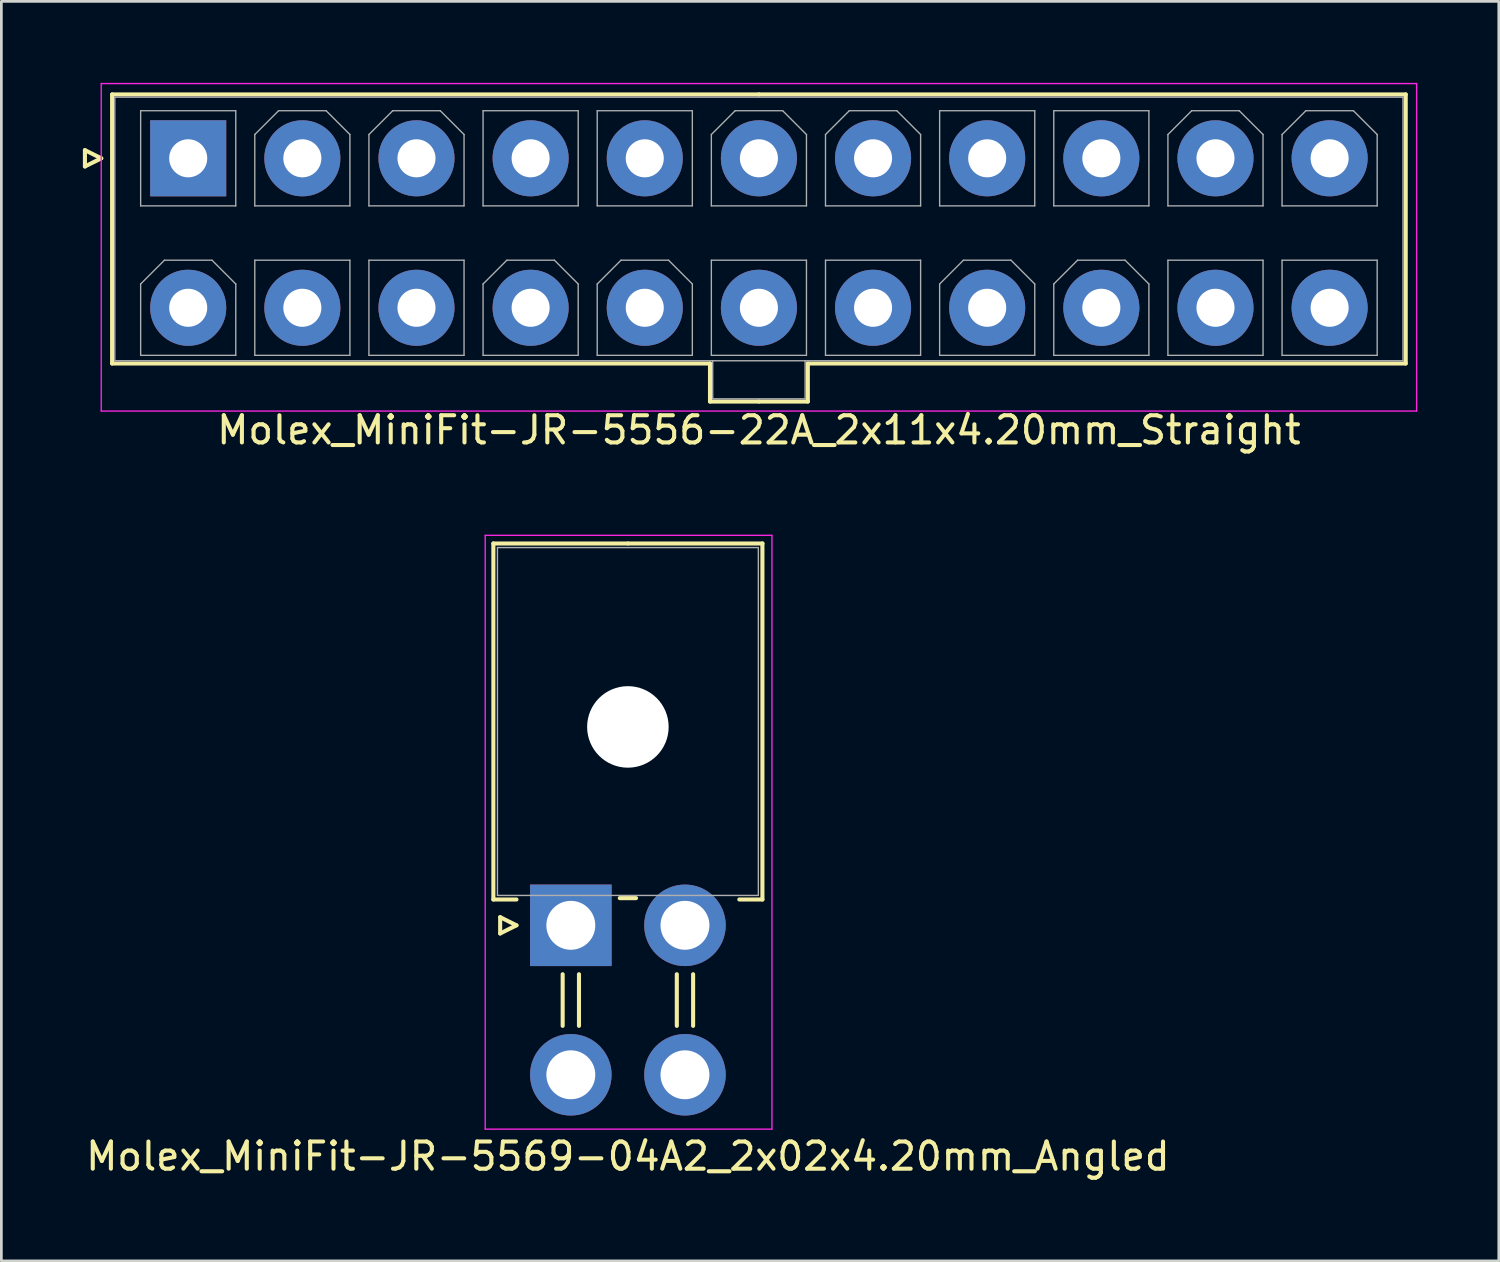
<source format=kicad_pcb>
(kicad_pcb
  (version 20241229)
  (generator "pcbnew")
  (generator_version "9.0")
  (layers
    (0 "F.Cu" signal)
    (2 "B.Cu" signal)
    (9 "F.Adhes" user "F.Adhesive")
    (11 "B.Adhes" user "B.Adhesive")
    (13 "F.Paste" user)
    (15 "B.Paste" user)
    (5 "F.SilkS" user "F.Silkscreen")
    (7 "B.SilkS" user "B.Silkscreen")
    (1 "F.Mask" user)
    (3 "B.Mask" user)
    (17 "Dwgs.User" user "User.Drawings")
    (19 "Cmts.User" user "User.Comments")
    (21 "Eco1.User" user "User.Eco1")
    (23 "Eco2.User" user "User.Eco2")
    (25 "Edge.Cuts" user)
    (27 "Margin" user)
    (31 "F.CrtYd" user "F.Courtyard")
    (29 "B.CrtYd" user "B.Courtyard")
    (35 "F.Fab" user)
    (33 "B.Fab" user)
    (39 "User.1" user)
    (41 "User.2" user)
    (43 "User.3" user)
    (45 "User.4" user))
  (footprint "Molex_MiniFit-JR-5569-04A2_2x02x4.20mm_Angled"
    (layer "F.Cu")
    (at 17.954 30.998)
    (property "Reference" "Molex_MiniFit-JR-5569-04A2_2x02x4.20mm_Angled" (at 2.1 8.5 0) (layer "F.SilkS") (effects (font (size 1 1) (thickness 0.15))))
    (attr through_hole)
    (fp_line (start -2.85 -14.05) (end 2.1 -14.05) (stroke (width 0.15) (type solid)) (layer "F.SilkS"))
    (fp_line (start -2.85 -0.95) (end -2.85 -14.05) (stroke (width 0.15) (type solid)) (layer "F.SilkS"))
    (fp_line (start -2.6 -0.3) (end -2 0) (stroke (width 0.15) (type solid)) (layer "F.SilkS"))
    (fp_line (start -2.6 0.3) (end -2.6 -0.3) (stroke (width 0.15) (type solid)) (layer "F.SilkS"))
    (fp_line (start -2 -0.95) (end -2.85 -0.95) (stroke (width 0.15) (type solid)) (layer "F.SilkS"))
    (fp_line (start -2 0) (end -2.6 0.3) (stroke (width 0.15) (type solid)) (layer "F.SilkS"))
    (fp_line (start -0.3 1.8) (end -0.3 3.7) (stroke (width 0.15) (type solid)) (layer "F.SilkS"))
    (fp_line (start 0.3 1.8) (end 0.3 3.7) (stroke (width 0.15) (type solid)) (layer "F.SilkS"))
    (fp_line (start 1.8 -1) (end 2.4 -1) (stroke (width 0.15) (type solid)) (layer "F.SilkS"))
    (fp_line (start 3.9 1.8) (end 3.9 3.7) (stroke (width 0.15) (type solid)) (layer "F.SilkS"))
    (fp_line (start 4.5 1.8) (end 4.5 3.7) (stroke (width 0.15) (type solid)) (layer "F.SilkS"))
    (fp_line (start 6.2 -0.95) (end 7.05 -0.95) (stroke (width 0.15) (type solid)) (layer "F.SilkS"))
    (fp_line (start 7.05 -14.05) (end 2.1 -14.05) (stroke (width 0.15) (type solid)) (layer "F.SilkS"))
    (fp_line (start 7.05 -0.95) (end 7.05 -14.05) (stroke (width 0.15) (type solid)) (layer "F.SilkS"))
    (fp_line (start -3.15 -14.35) (end -3.15 7.5) (stroke (width 0.05) (type solid)) (layer "F.CrtYd"))
    (fp_line (start -3.15 7.5) (end 7.4 7.5) (stroke (width 0.05) (type solid)) (layer "F.CrtYd"))
    (fp_line (start 7.4 -14.35) (end -3.15 -14.35) (stroke (width 0.05) (type solid)) (layer "F.CrtYd"))
    (fp_line (start 7.4 7.5) (end 7.4 -14.35) (stroke (width 0.05) (type solid)) (layer "F.CrtYd"))
    (fp_line (start -2.7 -13.9) (end -2.7 -1.1) (stroke (width 0.05) (type solid)) (layer "F.Fab"))
    (fp_line (start -2.7 -1.1) (end 6.9 -1.1) (stroke (width 0.05) (type solid)) (layer "F.Fab"))
    (fp_line (start 6.9 -13.9) (end -2.7 -13.9) (stroke (width 0.05) (type solid)) (layer "F.Fab"))
    (fp_line (start 6.9 -1.1) (end 6.9 -13.9) (stroke (width 0.05) (type solid)) (layer "F.Fab"))
    (pad "" np_thru_hole circle (at 2.1 -7.3) (size 3 3) (drill 3) (layers "*.Cu"))
    (pad "1" thru_hole rect (at 0 0) (size 3 3) (drill 1.8) (layers "*.Cu" "*.Mask"))
    (pad "2" thru_hole circle (at 4.2 0) (size 3 3) (drill 1.8) (layers "*.Cu" "*.Mask"))
    (pad "3" thru_hole circle (at 0 5.5) (size 3 3) (drill 1.8) (layers "*.Cu" "*.Mask"))
    (pad "4" thru_hole circle (at 4.2 5.5) (size 3 3) (drill 1.8) (layers "*.Cu" "*.Mask")))
  (footprint "Molex_MiniFit-JR-5556-22A_2x11x4.20mm_Straight"
    (layer "F.Cu")
    (at 3.875 2.775)
    (property "Reference" "Molex_MiniFit-JR-5556-22A_2x11x4.20mm_Straight" (at 21 10 0) (layer "F.SilkS") (effects (font (size 1 1) (thickness 0.15))))
    (attr through_hole)
    (fp_line (start -3.8 -0.3) (end -3.2 0) (stroke (width 0.15) (type solid)) (layer "F.SilkS"))
    (fp_line (start -3.8 0.3) (end -3.8 -0.3) (stroke (width 0.15) (type solid)) (layer "F.SilkS"))
    (fp_line (start -3.2 0) (end -3.8 0.3) (stroke (width 0.15) (type solid)) (layer "F.SilkS"))
    (fp_line (start -2.8 -2.35) (end -2.8 7.55) (stroke (width 0.15) (type solid)) (layer "F.SilkS"))
    (fp_line (start -2.8 7.55) (end 19.2 7.55) (stroke (width 0.15) (type solid)) (layer "F.SilkS"))
    (fp_line (start 19.2 7.55) (end 19.2 8.95) (stroke (width 0.15) (type solid)) (layer "F.SilkS"))
    (fp_line (start 19.2 8.95) (end 21 8.95) (stroke (width 0.15) (type solid)) (layer "F.SilkS"))
    (fp_line (start 21 -2.35) (end -2.8 -2.35) (stroke (width 0.15) (type solid)) (layer "F.SilkS"))
    (fp_line (start 21 -2.35) (end 44.8 -2.35) (stroke (width 0.15) (type solid)) (layer "F.SilkS"))
    (fp_line (start 22.8 7.55) (end 22.8 8.95) (stroke (width 0.15) (type solid)) (layer "F.SilkS"))
    (fp_line (start 22.8 8.95) (end 21 8.95) (stroke (width 0.15) (type solid)) (layer "F.SilkS"))
    (fp_line (start 44.8 -2.35) (end 44.8 7.55) (stroke (width 0.15) (type solid)) (layer "F.SilkS"))
    (fp_line (start 44.8 7.55) (end 22.8 7.55) (stroke (width 0.15) (type solid)) (layer "F.SilkS"))
    (fp_line (start -3.2 -2.75) (end -3.2 9.3) (stroke (width 0.05) (type solid)) (layer "F.CrtYd"))
    (fp_line (start -3.2 9.3) (end 45.2 9.3) (stroke (width 0.05) (type solid)) (layer "F.CrtYd"))
    (fp_line (start 45.2 -2.75) (end -3.2 -2.75) (stroke (width 0.05) (type solid)) (layer "F.CrtYd"))
    (fp_line (start 45.2 9.3) (end 45.2 -2.75) (stroke (width 0.05) (type solid)) (layer "F.CrtYd"))
    (fp_line (start -2.7 -2.25) (end -2.7 7.45) (stroke (width 0.05) (type solid)) (layer "F.Fab"))
    (fp_line (start -2.7 7.45) (end 44.7 7.45) (stroke (width 0.05) (type solid)) (layer "F.Fab"))
    (fp_line (start -1.75 -1.75) (end -1.75 1.75) (stroke (width 0.05) (type solid)) (layer "F.Fab"))
    (fp_line (start -1.75 1.75) (end 1.75 1.75) (stroke (width 0.05) (type solid)) (layer "F.Fab"))
    (fp_line (start -1.75 4.625) (end -0.875 3.75) (stroke (width 0.05) (type solid)) (layer "F.Fab"))
    (fp_line (start -1.75 7.25) (end -1.75 4.625) (stroke (width 0.05) (type solid)) (layer "F.Fab"))
    (fp_line (start -0.875 3.75) (end 0.875 3.75) (stroke (width 0.05) (type solid)) (layer "F.Fab"))
    (fp_line (start 0.875 3.75) (end 1.75 4.625) (stroke (width 0.05) (type solid)) (layer "F.Fab"))
    (fp_line (start 1.75 -1.75) (end -1.75 -1.75) (stroke (width 0.05) (type solid)) (layer "F.Fab"))
    (fp_line (start 1.75 1.75) (end 1.75 -1.75) (stroke (width 0.05) (type solid)) (layer "F.Fab"))
    (fp_line (start 1.75 4.625) (end 1.75 7.25) (stroke (width 0.05) (type solid)) (layer "F.Fab"))
    (fp_line (start 1.75 7.25) (end -1.75 7.25) (stroke (width 0.05) (type solid)) (layer "F.Fab"))
    (fp_line (start 2.45 -0.875) (end 3.325 -1.75) (stroke (width 0.05) (type solid)) (layer "F.Fab"))
    (fp_line (start 2.45 1.75) (end 2.45 -0.875) (stroke (width 0.05) (type solid)) (layer "F.Fab"))
    (fp_line (start 2.45 3.75) (end 2.45 7.25) (stroke (width 0.05) (type solid)) (layer "F.Fab"))
    (fp_line (start 2.45 7.25) (end 5.95 7.25) (stroke (width 0.05) (type solid)) (layer "F.Fab"))
    (fp_line (start 3.325 -1.75) (end 5.075 -1.75) (stroke (width 0.05) (type solid)) (layer "F.Fab"))
    (fp_line (start 5.075 -1.75) (end 5.95 -0.875) (stroke (width 0.05) (type solid)) (layer "F.Fab"))
    (fp_line (start 5.95 -0.875) (end 5.95 1.75) (stroke (width 0.05) (type solid)) (layer "F.Fab"))
    (fp_line (start 5.95 1.75) (end 2.45 1.75) (stroke (width 0.05) (type solid)) (layer "F.Fab"))
    (fp_line (start 5.95 3.75) (end 2.45 3.75) (stroke (width 0.05) (type solid)) (layer "F.Fab"))
    (fp_line (start 5.95 7.25) (end 5.95 3.75) (stroke (width 0.05) (type solid)) (layer "F.Fab"))
    (fp_line (start 6.65 -0.875) (end 7.525 -1.75) (stroke (width 0.05) (type solid)) (layer "F.Fab"))
    (fp_line (start 6.65 1.75) (end 6.65 -0.875) (stroke (width 0.05) (type solid)) (layer "F.Fab"))
    (fp_line (start 6.65 3.75) (end 6.65 7.25) (stroke (width 0.05) (type solid)) (layer "F.Fab"))
    (fp_line (start 6.65 7.25) (end 10.15 7.25) (stroke (width 0.05) (type solid)) (layer "F.Fab"))
    (fp_line (start 7.525 -1.75) (end 9.275 -1.75) (stroke (width 0.05) (type solid)) (layer "F.Fab"))
    (fp_line (start 9.275 -1.75) (end 10.15 -0.875) (stroke (width 0.05) (type solid)) (layer "F.Fab"))
    (fp_line (start 10.15 -0.875) (end 10.15 1.75) (stroke (width 0.05) (type solid)) (layer "F.Fab"))
    (fp_line (start 10.15 1.75) (end 6.65 1.75) (stroke (width 0.05) (type solid)) (layer "F.Fab"))
    (fp_line (start 10.15 3.75) (end 6.65 3.75) (stroke (width 0.05) (type solid)) (layer "F.Fab"))
    (fp_line (start 10.15 7.25) (end 10.15 3.75) (stroke (width 0.05) (type solid)) (layer "F.Fab"))
    (fp_line (start 10.85 -1.75) (end 10.85 1.75) (stroke (width 0.05) (type solid)) (layer "F.Fab"))
    (fp_line (start 10.85 1.75) (end 14.35 1.75) (stroke (width 0.05) (type solid)) (layer "F.Fab"))
    (fp_line (start 10.85 4.625) (end 11.725 3.75) (stroke (width 0.05) (type solid)) (layer "F.Fab"))
    (fp_line (start 10.85 7.25) (end 10.85 4.625) (stroke (width 0.05) (type solid)) (layer "F.Fab"))
    (fp_line (start 11.725 3.75) (end 13.475 3.75) (stroke (width 0.05) (type solid)) (layer "F.Fab"))
    (fp_line (start 13.475 3.75) (end 14.35 4.625) (stroke (width 0.05) (type solid)) (layer "F.Fab"))
    (fp_line (start 14.35 -1.75) (end 10.85 -1.75) (stroke (width 0.05) (type solid)) (layer "F.Fab"))
    (fp_line (start 14.35 1.75) (end 14.35 -1.75) (stroke (width 0.05) (type solid)) (layer "F.Fab"))
    (fp_line (start 14.35 4.625) (end 14.35 7.25) (stroke (width 0.05) (type solid)) (layer "F.Fab"))
    (fp_line (start 14.35 7.25) (end 10.85 7.25) (stroke (width 0.05) (type solid)) (layer "F.Fab"))
    (fp_line (start 15.05 -1.75) (end 15.05 1.75) (stroke (width 0.05) (type solid)) (layer "F.Fab"))
    (fp_line (start 15.05 1.75) (end 18.55 1.75) (stroke (width 0.05) (type solid)) (layer "F.Fab"))
    (fp_line (start 15.05 4.625) (end 15.925 3.75) (stroke (width 0.05) (type solid)) (layer "F.Fab"))
    (fp_line (start 15.05 7.25) (end 15.05 4.625) (stroke (width 0.05) (type solid)) (layer "F.Fab"))
    (fp_line (start 15.925 3.75) (end 17.675 3.75) (stroke (width 0.05) (type solid)) (layer "F.Fab"))
    (fp_line (start 17.675 3.75) (end 18.55 4.625) (stroke (width 0.05) (type solid)) (layer "F.Fab"))
    (fp_line (start 18.55 -1.75) (end 15.05 -1.75) (stroke (width 0.05) (type solid)) (layer "F.Fab"))
    (fp_line (start 18.55 1.75) (end 18.55 -1.75) (stroke (width 0.05) (type solid)) (layer "F.Fab"))
    (fp_line (start 18.55 4.625) (end 18.55 7.25) (stroke (width 0.05) (type solid)) (layer "F.Fab"))
    (fp_line (start 18.55 7.25) (end 15.05 7.25) (stroke (width 0.05) (type solid)) (layer "F.Fab"))
    (fp_line (start 19.25 -0.875) (end 20.125 -1.75) (stroke (width 0.05) (type solid)) (layer "F.Fab"))
    (fp_line (start 19.25 1.75) (end 19.25 -0.875) (stroke (width 0.05) (type solid)) (layer "F.Fab"))
    (fp_line (start 19.25 3.75) (end 19.25 7.25) (stroke (width 0.05) (type solid)) (layer "F.Fab"))
    (fp_line (start 19.25 7.25) (end 22.75 7.25) (stroke (width 0.05) (type solid)) (layer "F.Fab"))
    (fp_line (start 19.3 7.45) (end 19.3 8.85) (stroke (width 0.05) (type solid)) (layer "F.Fab"))
    (fp_line (start 19.3 8.85) (end 22.7 8.85) (stroke (width 0.05) (type solid)) (layer "F.Fab"))
    (fp_line (start 20.125 -1.75) (end 21.875 -1.75) (stroke (width 0.05) (type solid)) (layer "F.Fab"))
    (fp_line (start 21.875 -1.75) (end 22.75 -0.875) (stroke (width 0.05) (type solid)) (layer "F.Fab"))
    (fp_line (start 22.7 8.85) (end 22.7 7.45) (stroke (width 0.05) (type solid)) (layer "F.Fab"))
    (fp_line (start 22.75 -0.875) (end 22.75 1.75) (stroke (width 0.05) (type solid)) (layer "F.Fab"))
    (fp_line (start 22.75 1.75) (end 19.25 1.75) (stroke (width 0.05) (type solid)) (layer "F.Fab"))
    (fp_line (start 22.75 3.75) (end 19.25 3.75) (stroke (width 0.05) (type solid)) (layer "F.Fab"))
    (fp_line (start 22.75 7.25) (end 22.75 3.75) (stroke (width 0.05) (type solid)) (layer "F.Fab"))
    (fp_line (start 23.45 -0.875) (end 24.325 -1.75) (stroke (width 0.05) (type solid)) (layer "F.Fab"))
    (fp_line (start 23.45 1.75) (end 23.45 -0.875) (stroke (width 0.05) (type solid)) (layer "F.Fab"))
    (fp_line (start 23.45 3.75) (end 23.45 7.25) (stroke (width 0.05) (type solid)) (layer "F.Fab"))
    (fp_line (start 23.45 7.25) (end 26.95 7.25) (stroke (width 0.05) (type solid)) (layer "F.Fab"))
    (fp_line (start 24.325 -1.75) (end 26.075 -1.75) (stroke (width 0.05) (type solid)) (layer "F.Fab"))
    (fp_line (start 26.075 -1.75) (end 26.95 -0.875) (stroke (width 0.05) (type solid)) (layer "F.Fab"))
    (fp_line (start 26.95 -0.875) (end 26.95 1.75) (stroke (width 0.05) (type solid)) (layer "F.Fab"))
    (fp_line (start 26.95 1.75) (end 23.45 1.75) (stroke (width 0.05) (type solid)) (layer "F.Fab"))
    (fp_line (start 26.95 3.75) (end 23.45 3.75) (stroke (width 0.05) (type solid)) (layer "F.Fab"))
    (fp_line (start 26.95 7.25) (end 26.95 3.75) (stroke (width 0.05) (type solid)) (layer "F.Fab"))
    (fp_line (start 27.65 -1.75) (end 27.65 1.75) (stroke (width 0.05) (type solid)) (layer "F.Fab"))
    (fp_line (start 27.65 1.75) (end 31.15 1.75) (stroke (width 0.05) (type solid)) (layer "F.Fab"))
    (fp_line (start 27.65 4.625) (end 28.525 3.75) (stroke (width 0.05) (type solid)) (layer "F.Fab"))
    (fp_line (start 27.65 7.25) (end 27.65 4.625) (stroke (width 0.05) (type solid)) (layer "F.Fab"))
    (fp_line (start 28.525 3.75) (end 30.275 3.75) (stroke (width 0.05) (type solid)) (layer "F.Fab"))
    (fp_line (start 30.275 3.75) (end 31.15 4.625) (stroke (width 0.05) (type solid)) (layer "F.Fab"))
    (fp_line (start 31.15 -1.75) (end 27.65 -1.75) (stroke (width 0.05) (type solid)) (layer "F.Fab"))
    (fp_line (start 31.15 1.75) (end 31.15 -1.75) (stroke (width 0.05) (type solid)) (layer "F.Fab"))
    (fp_line (start 31.15 4.625) (end 31.15 7.25) (stroke (width 0.05) (type solid)) (layer "F.Fab"))
    (fp_line (start 31.15 7.25) (end 27.65 7.25) (stroke (width 0.05) (type solid)) (layer "F.Fab"))
    (fp_line (start 31.85 -1.75) (end 31.85 1.75) (stroke (width 0.05) (type solid)) (layer "F.Fab"))
    (fp_line (start 31.85 1.75) (end 35.35 1.75) (stroke (width 0.05) (type solid)) (layer "F.Fab"))
    (fp_line (start 31.85 4.625) (end 32.725 3.75) (stroke (width 0.05) (type solid)) (layer "F.Fab"))
    (fp_line (start 31.85 7.25) (end 31.85 4.625) (stroke (width 0.05) (type solid)) (layer "F.Fab"))
    (fp_line (start 32.725 3.75) (end 34.475 3.75) (stroke (width 0.05) (type solid)) (layer "F.Fab"))
    (fp_line (start 34.475 3.75) (end 35.35 4.625) (stroke (width 0.05) (type solid)) (layer "F.Fab"))
    (fp_line (start 35.35 -1.75) (end 31.85 -1.75) (stroke (width 0.05) (type solid)) (layer "F.Fab"))
    (fp_line (start 35.35 1.75) (end 35.35 -1.75) (stroke (width 0.05) (type solid)) (layer "F.Fab"))
    (fp_line (start 35.35 4.625) (end 35.35 7.25) (stroke (width 0.05) (type solid)) (layer "F.Fab"))
    (fp_line (start 35.35 7.25) (end 31.85 7.25) (stroke (width 0.05) (type solid)) (layer "F.Fab"))
    (fp_line (start 36.05 -0.875) (end 36.925 -1.75) (stroke (width 0.05) (type solid)) (layer "F.Fab"))
    (fp_line (start 36.05 1.75) (end 36.05 -0.875) (stroke (width 0.05) (type solid)) (layer "F.Fab"))
    (fp_line (start 36.05 3.75) (end 36.05 7.25) (stroke (width 0.05) (type solid)) (layer "F.Fab"))
    (fp_line (start 36.05 7.25) (end 39.55 7.25) (stroke (width 0.05) (type solid)) (layer "F.Fab"))
    (fp_line (start 36.925 -1.75) (end 38.675 -1.75) (stroke (width 0.05) (type solid)) (layer "F.Fab"))
    (fp_line (start 38.675 -1.75) (end 39.55 -0.875) (stroke (width 0.05) (type solid)) (layer "F.Fab"))
    (fp_line (start 39.55 -0.875) (end 39.55 1.75) (stroke (width 0.05) (type solid)) (layer "F.Fab"))
    (fp_line (start 39.55 1.75) (end 36.05 1.75) (stroke (width 0.05) (type solid)) (layer "F.Fab"))
    (fp_line (start 39.55 3.75) (end 36.05 3.75) (stroke (width 0.05) (type solid)) (layer "F.Fab"))
    (fp_line (start 39.55 7.25) (end 39.55 3.75) (stroke (width 0.05) (type solid)) (layer "F.Fab"))
    (fp_line (start 40.25 -0.875) (end 41.125 -1.75) (stroke (width 0.05) (type solid)) (layer "F.Fab"))
    (fp_line (start 40.25 1.75) (end 40.25 -0.875) (stroke (width 0.05) (type solid)) (layer "F.Fab"))
    (fp_line (start 40.25 3.75) (end 40.25 7.25) (stroke (width 0.05) (type solid)) (layer "F.Fab"))
    (fp_line (start 40.25 7.25) (end 43.75 7.25) (stroke (width 0.05) (type solid)) (layer "F.Fab"))
    (fp_line (start 41.125 -1.75) (end 42.875 -1.75) (stroke (width 0.05) (type solid)) (layer "F.Fab"))
    (fp_line (start 42.875 -1.75) (end 43.75 -0.875) (stroke (width 0.05) (type solid)) (layer "F.Fab"))
    (fp_line (start 43.75 -0.875) (end 43.75 1.75) (stroke (width 0.05) (type solid)) (layer "F.Fab"))
    (fp_line (start 43.75 1.75) (end 40.25 1.75) (stroke (width 0.05) (type solid)) (layer "F.Fab"))
    (fp_line (start 43.75 3.75) (end 40.25 3.75) (stroke (width 0.05) (type solid)) (layer "F.Fab"))
    (fp_line (start 43.75 7.25) (end 43.75 3.75) (stroke (width 0.05) (type solid)) (layer "F.Fab"))
    (fp_line (start 44.7 -2.25) (end -2.7 -2.25) (stroke (width 0.05) (type solid)) (layer "F.Fab"))
    (fp_line (start 44.7 7.45) (end 44.7 -2.25) (stroke (width 0.05) (type solid)) (layer "F.Fab"))
    (pad "1" thru_hole rect (at 0 0) (size 2.8 2.8) (drill 1.4) (layers "*.Cu" "*.Mask"))
    (pad "2" thru_hole circle (at 4.2 0) (size 2.8 2.8) (drill 1.4) (layers "*.Cu" "*.Mask"))
    (pad "3" thru_hole circle (at 8.4 0) (size 2.8 2.8) (drill 1.4) (layers "*.Cu" "*.Mask"))
    (pad "4" thru_hole circle (at 12.6 0) (size 2.8 2.8) (drill 1.4) (layers "*.Cu" "*.Mask"))
    (pad "5" thru_hole circle (at 16.8 0) (size 2.8 2.8) (drill 1.4) (layers "*.Cu" "*.Mask"))
    (pad "6" thru_hole circle (at 21 0) (size 2.8 2.8) (drill 1.4) (layers "*.Cu" "*.Mask"))
    (pad "7" thru_hole circle (at 25.2 0) (size 2.8 2.8) (drill 1.4) (layers "*.Cu" "*.Mask"))
    (pad "8" thru_hole circle (at 29.4 0) (size 2.8 2.8) (drill 1.4) (layers "*.Cu" "*.Mask"))
    (pad "9" thru_hole circle (at 33.6 0) (size 2.8 2.8) (drill 1.4) (layers "*.Cu" "*.Mask"))
    (pad "10" thru_hole circle (at 37.8 0) (size 2.8 2.8) (drill 1.4) (layers "*.Cu" "*.Mask"))
    (pad "11" thru_hole circle (at 42 0) (size 2.8 2.8) (drill 1.4) (layers "*.Cu" "*.Mask"))
    (pad "12" thru_hole circle (at 0 5.5) (size 2.8 2.8) (drill 1.4) (layers "*.Cu" "*.Mask"))
    (pad "13" thru_hole circle (at 4.2 5.5) (size 2.8 2.8) (drill 1.4) (layers "*.Cu" "*.Mask"))
    (pad "14" thru_hole circle (at 8.4 5.5) (size 2.8 2.8) (drill 1.4) (layers "*.Cu" "*.Mask"))
    (pad "15" thru_hole circle (at 12.6 5.5) (size 2.8 2.8) (drill 1.4) (layers "*.Cu" "*.Mask"))
    (pad "16" thru_hole circle (at 16.8 5.5) (size 2.8 2.8) (drill 1.4) (layers "*.Cu" "*.Mask"))
    (pad "17" thru_hole circle (at 21 5.5) (size 2.8 2.8) (drill 1.4) (layers "*.Cu" "*.Mask"))
    (pad "18" thru_hole circle (at 25.2 5.5) (size 2.8 2.8) (drill 1.4) (layers "*.Cu" "*.Mask"))
    (pad "19" thru_hole circle (at 29.4 5.5) (size 2.8 2.8) (drill 1.4) (layers "*.Cu" "*.Mask"))
    (pad "20" thru_hole circle (at 33.6 5.5) (size 2.8 2.8) (drill 1.4) (layers "*.Cu" "*.Mask"))
    (pad "21" thru_hole circle (at 37.8 5.5) (size 2.8 2.8) (drill 1.4) (layers "*.Cu" "*.Mask"))
    (pad "22" thru_hole circle (at 42 5.5) (size 2.8 2.8) (drill 1.4) (layers "*.Cu" "*.Mask")))
  (gr_rect
    (start -3 -3)
    (end 52.1 43.346)
    (stroke (width 0.1) (type default))
    (fill no)
    (layer "Edge.Cuts")))
</source>
